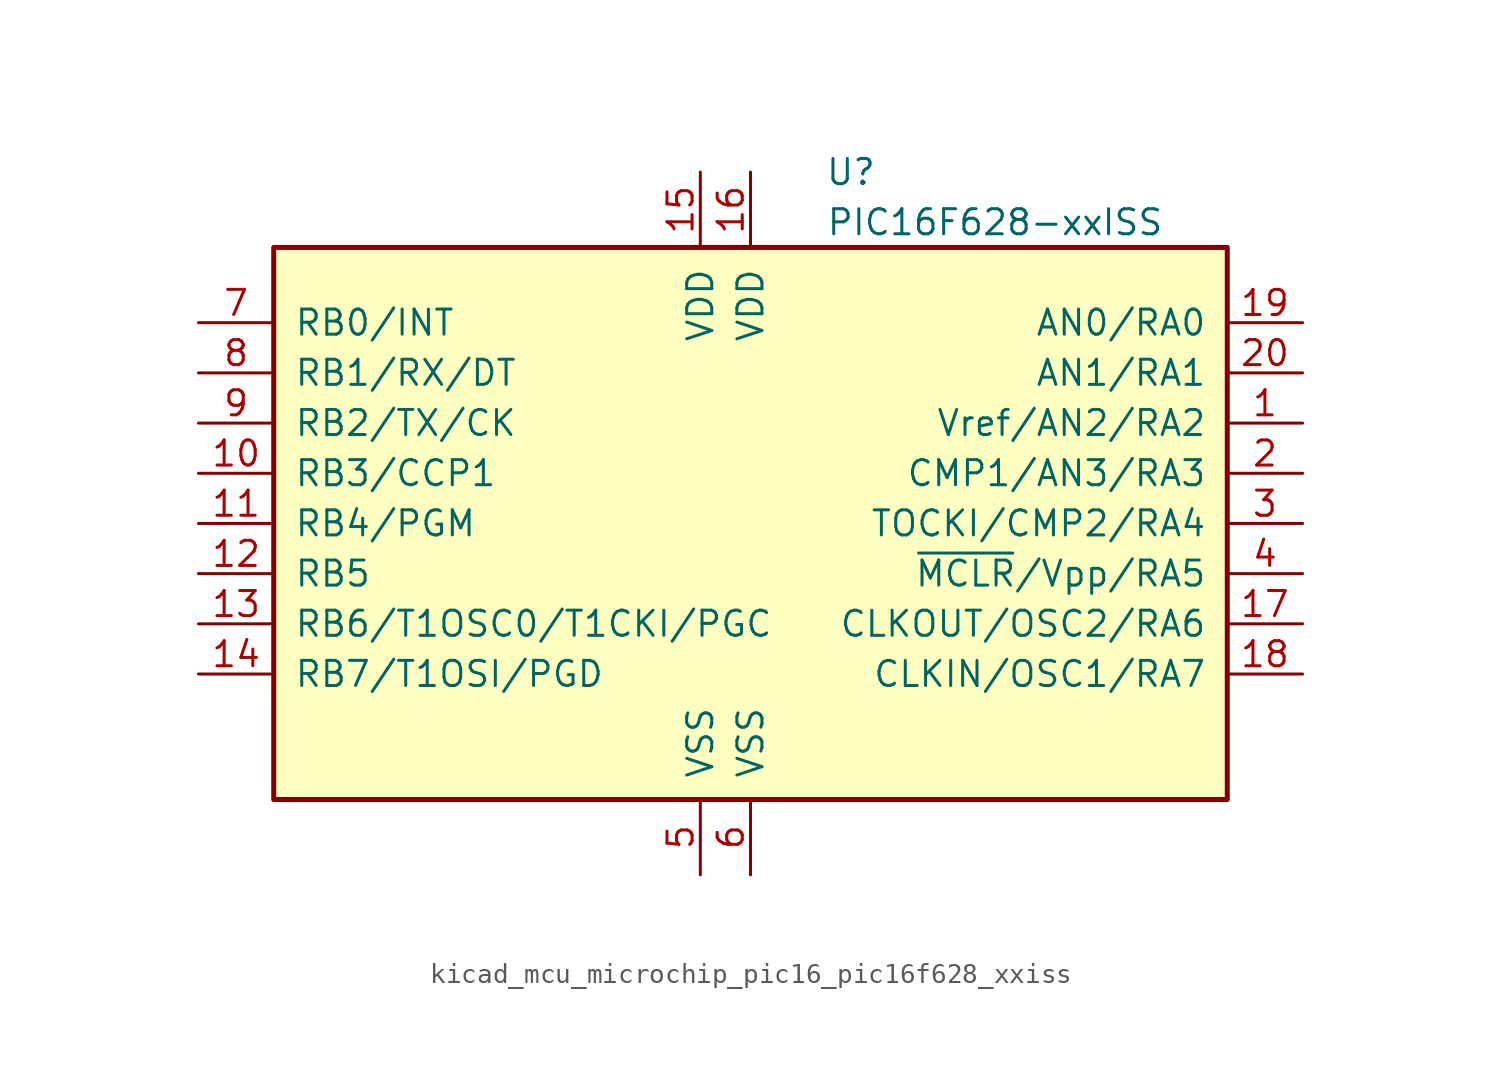
<source format=kicad_sym>
(kicad_symbol_lib
  (version 20220914)
  (generator kicad_symbol_editor)
  (symbol "kicad_mcu_microchip_pic16_pic16f628_xxiss"
    (pin_names
      (offset 1.016))
    (property "Reference" "U"
      (at 5.08 17.78 0)
      (effects (font (size 1.27 1.27))))
    (property "Value" "PIC16F628-xxISS"
      (at 3.81 15.24 0)
      (effects (font (size 1.27 1.27)) (justify left)))
    (symbol "kicad_mcu_microchip_pic16_pic16f628_xxiss_0_1"
      (rectangle (start 24.13 13.97) (end -24.13 -13.97) (stroke (width 0.254) (type default)) (fill (type background))))
    (symbol "kicad_mcu_microchip_pic16_pic16f628_xxiss_1_1"
      (pin bidirectional line (at 27.94 5.08 180) (length 3.81) (name "Vref/AN2/RA2" (effects (font (size 1.27 1.27)))) (number "1" (effects (font (size 1.27 1.27)))))
      (pin bidirectional line (at -27.94 2.54 0) (length 3.81) (name "RB3/CCP1" (effects (font (size 1.27 1.27)))) (number "10" (effects (font (size 1.27 1.27)))))
      (pin bidirectional line (at -27.94 0 0) (length 3.81) (name "RB4/PGM" (effects (font (size 1.27 1.27)))) (number "11" (effects (font (size 1.27 1.27)))))
      (pin bidirectional line (at -27.94 -2.54 0) (length 3.81) (name "RB5" (effects (font (size 1.27 1.27)))) (number "12" (effects (font (size 1.27 1.27)))))
      (pin bidirectional line (at -27.94 -5.08 0) (length 3.81) (name "RB6/T1OSC0/T1CKI/PGC" (effects (font (size 1.27 1.27)))) (number "13" (effects (font (size 1.27 1.27)))))
      (pin bidirectional line (at -27.94 -7.62 0) (length 3.81) (name "RB7/T1OSI/PGD" (effects (font (size 1.27 1.27)))) (number "14" (effects (font (size 1.27 1.27)))))
      (pin power_in line (at -2.54 17.78 270) (length 3.81) (name "VDD" (effects (font (size 1.27 1.27)))) (number "15" (effects (font (size 1.27 1.27)))))
      (pin power_in line (at 0 17.78 270) (length 3.81) (name "VDD" (effects (font (size 1.27 1.27)))) (number "16" (effects (font (size 1.27 1.27)))))
      (pin bidirectional line (at 27.94 -5.08 180) (length 3.81) (name "CLKOUT/OSC2/RA6" (effects (font (size 1.27 1.27)))) (number "17" (effects (font (size 1.27 1.27)))))
      (pin bidirectional line (at 27.94 -7.62 180) (length 3.81) (name "CLKIN/OSC1/RA7" (effects (font (size 1.27 1.27)))) (number "18" (effects (font (size 1.27 1.27)))))
      (pin bidirectional line (at 27.94 10.16 180) (length 3.81) (name "AN0/RA0" (effects (font (size 1.27 1.27)))) (number "19" (effects (font (size 1.27 1.27)))))
      (pin bidirectional line (at 27.94 2.54 180) (length 3.81) (name "CMP1/AN3/RA3" (effects (font (size 1.27 1.27)))) (number "2" (effects (font (size 1.27 1.27)))))
      (pin bidirectional line (at 27.94 7.62 180) (length 3.81) (name "AN1/RA1" (effects (font (size 1.27 1.27)))) (number "20" (effects (font (size 1.27 1.27)))))
      (pin bidirectional line (at 27.94 0 180) (length 3.81) (name "TOCKI/CMP2/RA4" (effects (font (size 1.27 1.27)))) (number "3" (effects (font (size 1.27 1.27)))))
      (pin input line (at 27.94 -2.54 180) (length 3.81) (name "~{MCLR}/Vpp/RA5" (effects (font (size 1.27 1.27)))) (number "4" (effects (font (size 1.27 1.27)))))
      (pin power_in line (at -2.54 -17.78 90) (length 3.81) (name "VSS" (effects (font (size 1.27 1.27)))) (number "5" (effects (font (size 1.27 1.27)))))
      (pin power_in line (at 0 -17.78 90) (length 3.81) (name "VSS" (effects (font (size 1.27 1.27)))) (number "6" (effects (font (size 1.27 1.27)))))
      (pin bidirectional line (at -27.94 10.16 0) (length 3.81) (name "RB0/INT" (effects (font (size 1.27 1.27)))) (number "7" (effects (font (size 1.27 1.27)))))
      (pin bidirectional line (at -27.94 7.62 0) (length 3.81) (name "RB1/RX/DT" (effects (font (size 1.27 1.27)))) (number "8" (effects (font (size 1.27 1.27)))))
      (pin bidirectional line (at -27.94 5.08 0) (length 3.81) (name "RB2/TX/CK" (effects (font (size 1.27 1.27)))) (number "9" (effects (font (size 1.27 1.27))))))))
</source>
